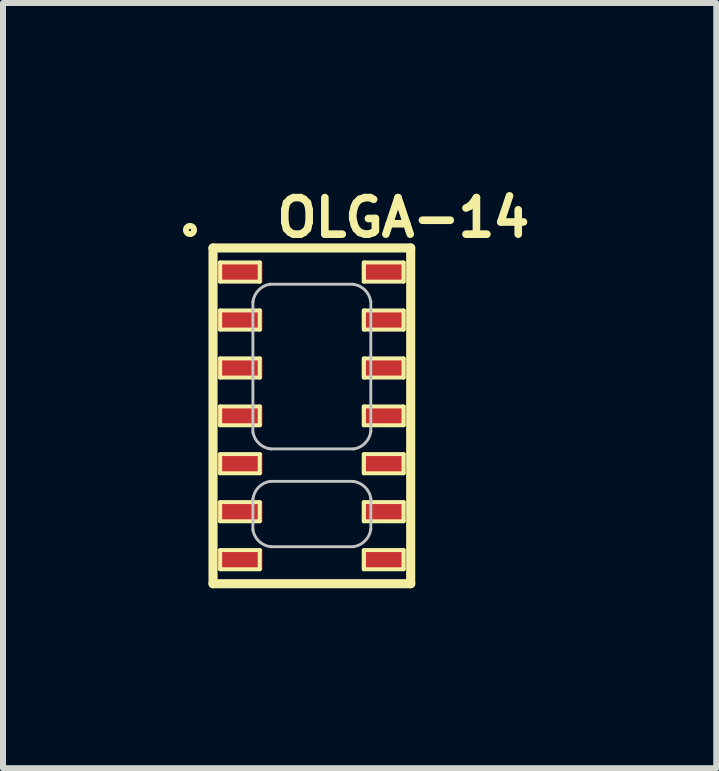
<source format=kicad_pcb>
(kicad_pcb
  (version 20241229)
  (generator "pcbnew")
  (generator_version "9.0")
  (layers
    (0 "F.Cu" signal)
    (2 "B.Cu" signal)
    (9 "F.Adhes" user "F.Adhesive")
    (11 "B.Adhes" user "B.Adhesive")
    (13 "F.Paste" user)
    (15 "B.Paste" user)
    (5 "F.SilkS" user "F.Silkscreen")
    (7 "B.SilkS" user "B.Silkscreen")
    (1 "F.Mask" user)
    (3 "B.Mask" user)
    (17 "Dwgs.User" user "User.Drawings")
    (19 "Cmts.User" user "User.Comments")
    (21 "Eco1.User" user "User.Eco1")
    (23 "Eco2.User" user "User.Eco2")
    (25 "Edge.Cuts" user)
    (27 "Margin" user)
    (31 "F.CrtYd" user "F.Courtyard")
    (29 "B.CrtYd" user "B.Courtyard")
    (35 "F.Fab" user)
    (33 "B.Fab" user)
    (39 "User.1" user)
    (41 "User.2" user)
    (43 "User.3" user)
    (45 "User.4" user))
  (footprint "OLGA-14"
    (layer "F.Cu")
    (at 2.15 3.884)
    (property "Reference" "OLGA-14" (at 1.524 -3.305 0) (layer "F.SilkS") (effects (font (size 0.61 0.61) (thickness 0.127))))
    (attr smd)
    (fp_line (start -1.648 -2.799) (end 1.648 -2.799) (stroke (width 0.152) (type solid)) (layer "F.SilkS"))
    (fp_line (start -1.648 2.799) (end -1.648 -2.799) (stroke (width 0.152) (type solid)) (layer "F.SilkS"))
    (fp_line (start -1.529 -2.558) (end -0.869 -2.558) (stroke (width 0.066) (type solid)) (layer "F.SilkS"))
    (fp_line (start -1.529 -2.238) (end -1.529 -2.558) (stroke (width 0.066) (type solid)) (layer "F.SilkS"))
    (fp_line (start -1.529 -2.238) (end -0.869 -2.238) (stroke (width 0.066) (type solid)) (layer "F.SilkS"))
    (fp_line (start -1.529 -1.758) (end -0.869 -1.758) (stroke (width 0.066) (type solid)) (layer "F.SilkS"))
    (fp_line (start -1.529 -1.438) (end -1.529 -1.758) (stroke (width 0.066) (type solid)) (layer "F.SilkS"))
    (fp_line (start -1.529 -1.438) (end -0.869 -1.438) (stroke (width 0.066) (type solid)) (layer "F.SilkS"))
    (fp_line (start -1.529 -0.958) (end -0.869 -0.958) (stroke (width 0.066) (type solid)) (layer "F.SilkS"))
    (fp_line (start -1.529 -0.638) (end -1.529 -0.958) (stroke (width 0.066) (type solid)) (layer "F.SilkS"))
    (fp_line (start -1.529 -0.638) (end -0.869 -0.638) (stroke (width 0.066) (type solid)) (layer "F.SilkS"))
    (fp_line (start -1.529 -0.157) (end -0.869 -0.157) (stroke (width 0.066) (type solid)) (layer "F.SilkS"))
    (fp_line (start -1.529 0.157) (end -1.529 -0.157) (stroke (width 0.066) (type solid)) (layer "F.SilkS"))
    (fp_line (start -1.529 0.157) (end -0.869 0.157) (stroke (width 0.066) (type solid)) (layer "F.SilkS"))
    (fp_line (start -1.529 0.638) (end -0.869 0.638) (stroke (width 0.066) (type solid)) (layer "F.SilkS"))
    (fp_line (start -1.529 0.958) (end -1.529 0.638) (stroke (width 0.066) (type solid)) (layer "F.SilkS"))
    (fp_line (start -1.529 0.958) (end -0.869 0.958) (stroke (width 0.066) (type solid)) (layer "F.SilkS"))
    (fp_line (start -1.529 1.438) (end -0.869 1.438) (stroke (width 0.066) (type solid)) (layer "F.SilkS"))
    (fp_line (start -1.529 1.758) (end -1.529 1.438) (stroke (width 0.066) (type solid)) (layer "F.SilkS"))
    (fp_line (start -1.529 1.758) (end -0.869 1.758) (stroke (width 0.066) (type solid)) (layer "F.SilkS"))
    (fp_line (start -1.529 2.238) (end -0.869 2.238) (stroke (width 0.066) (type solid)) (layer "F.SilkS"))
    (fp_line (start -1.529 2.558) (end -1.529 2.238) (stroke (width 0.066) (type solid)) (layer "F.SilkS"))
    (fp_line (start -1.529 2.558) (end -0.869 2.558) (stroke (width 0.066) (type solid)) (layer "F.SilkS"))
    (fp_line (start -0.869 -2.238) (end -0.869 -2.558) (stroke (width 0.066) (type solid)) (layer "F.SilkS"))
    (fp_line (start -0.869 -1.438) (end -0.869 -1.758) (stroke (width 0.066) (type solid)) (layer "F.SilkS"))
    (fp_line (start -0.869 -0.638) (end -0.869 -0.958) (stroke (width 0.066) (type solid)) (layer "F.SilkS"))
    (fp_line (start -0.869 0.157) (end -0.869 -0.157) (stroke (width 0.066) (type solid)) (layer "F.SilkS"))
    (fp_line (start -0.869 0.958) (end -0.869 0.638) (stroke (width 0.066) (type solid)) (layer "F.SilkS"))
    (fp_line (start -0.869 1.758) (end -0.869 1.438) (stroke (width 0.066) (type solid)) (layer "F.SilkS"))
    (fp_line (start -0.869 2.558) (end -0.869 2.238) (stroke (width 0.066) (type solid)) (layer "F.SilkS"))
    (fp_line (start 0.869 -2.558) (end 1.529 -2.558) (stroke (width 0.066) (type solid)) (layer "F.SilkS"))
    (fp_line (start 0.869 -2.238) (end 0.869 -2.558) (stroke (width 0.066) (type solid)) (layer "F.SilkS"))
    (fp_line (start 0.869 -2.238) (end 1.529 -2.238) (stroke (width 0.066) (type solid)) (layer "F.SilkS"))
    (fp_line (start 0.869 -1.758) (end 1.529 -1.758) (stroke (width 0.066) (type solid)) (layer "F.SilkS"))
    (fp_line (start 0.869 -1.438) (end 0.869 -1.758) (stroke (width 0.066) (type solid)) (layer "F.SilkS"))
    (fp_line (start 0.869 -1.438) (end 1.529 -1.438) (stroke (width 0.066) (type solid)) (layer "F.SilkS"))
    (fp_line (start 0.869 -0.958) (end 1.529 -0.958) (stroke (width 0.066) (type solid)) (layer "F.SilkS"))
    (fp_line (start 0.869 -0.638) (end 0.869 -0.958) (stroke (width 0.066) (type solid)) (layer "F.SilkS"))
    (fp_line (start 0.869 -0.638) (end 1.529 -0.638) (stroke (width 0.066) (type solid)) (layer "F.SilkS"))
    (fp_line (start 0.869 -0.157) (end 1.529 -0.157) (stroke (width 0.066) (type solid)) (layer "F.SilkS"))
    (fp_line (start 0.869 0.157) (end 0.869 -0.157) (stroke (width 0.066) (type solid)) (layer "F.SilkS"))
    (fp_line (start 0.869 0.157) (end 1.529 0.157) (stroke (width 0.066) (type solid)) (layer "F.SilkS"))
    (fp_line (start 0.869 0.638) (end 1.529 0.638) (stroke (width 0.066) (type solid)) (layer "F.SilkS"))
    (fp_line (start 0.869 0.958) (end 0.869 0.638) (stroke (width 0.066) (type solid)) (layer "F.SilkS"))
    (fp_line (start 0.869 0.958) (end 1.529 0.958) (stroke (width 0.066) (type solid)) (layer "F.SilkS"))
    (fp_line (start 0.869 1.438) (end 1.529 1.438) (stroke (width 0.066) (type solid)) (layer "F.SilkS"))
    (fp_line (start 0.869 1.758) (end 0.869 1.438) (stroke (width 0.066) (type solid)) (layer "F.SilkS"))
    (fp_line (start 0.869 1.758) (end 1.529 1.758) (stroke (width 0.066) (type solid)) (layer "F.SilkS"))
    (fp_line (start 0.869 2.238) (end 1.529 2.238) (stroke (width 0.066) (type solid)) (layer "F.SilkS"))
    (fp_line (start 0.869 2.558) (end 0.869 2.238) (stroke (width 0.066) (type solid)) (layer "F.SilkS"))
    (fp_line (start 0.869 2.558) (end 1.529 2.558) (stroke (width 0.066) (type solid)) (layer "F.SilkS"))
    (fp_line (start 1.529 -2.238) (end 1.529 -2.558) (stroke (width 0.066) (type solid)) (layer "F.SilkS"))
    (fp_line (start 1.529 -1.438) (end 1.529 -1.758) (stroke (width 0.066) (type solid)) (layer "F.SilkS"))
    (fp_line (start 1.529 -0.638) (end 1.529 -0.958) (stroke (width 0.066) (type solid)) (layer "F.SilkS"))
    (fp_line (start 1.529 0.157) (end 1.529 -0.157) (stroke (width 0.066) (type solid)) (layer "F.SilkS"))
    (fp_line (start 1.529 0.958) (end 1.529 0.638) (stroke (width 0.066) (type solid)) (layer "F.SilkS"))
    (fp_line (start 1.529 1.758) (end 1.529 1.438) (stroke (width 0.066) (type solid)) (layer "F.SilkS"))
    (fp_line (start 1.529 2.558) (end 1.529 2.238) (stroke (width 0.066) (type solid)) (layer "F.SilkS"))
    (fp_line (start 1.648 -2.799) (end 1.648 2.799) (stroke (width 0.152) (type solid)) (layer "F.SilkS"))
    (fp_line (start 1.648 2.799) (end -1.648 2.799) (stroke (width 0.152) (type solid)) (layer "F.SilkS"))
    (fp_circle (center -2.032 -3.099) (end -2.08 -3.147) (stroke (width 0.099) (type solid)) (fill no) (layer "F.SilkS"))
    (fp_line (start -0.983 0.269) (end -0.983 -1.9) (stroke (width 0.048) (type solid)) (layer "Dwgs.User"))
    (fp_line (start -0.983 1.9) (end -0.983 1.389) (stroke (width 0.048) (type solid)) (layer "Dwgs.User"))
    (fp_line (start -0.699 -2.195) (end 0.688 -2.195) (stroke (width 0.048) (type solid)) (layer "Dwgs.User"))
    (fp_line (start -0.699 1.092) (end 0.688 1.092) (stroke (width 0.048) (type solid)) (layer "Dwgs.User"))
    (fp_line (start 0.699 0.551) (end -0.688 0.551) (stroke (width 0.048) (type solid)) (layer "Dwgs.User"))
    (fp_line (start 0.699 2.182) (end -0.688 2.182) (stroke (width 0.048) (type solid)) (layer "Dwgs.User"))
    (fp_line (start 0.983 -1.908) (end 0.983 0.259) (stroke (width 0.048) (type solid)) (layer "Dwgs.User"))
    (fp_line (start 0.983 1.379) (end 0.983 1.89) (stroke (width 0.048) (type solid)) (layer "Dwgs.User"))
    (fp_arc (start -0.98298 -1.89992) (mid -0.889083 -2.095415) (end -0.696703 -2.195539) (stroke (width 0.04826) (type solid)) (layer "Dwgs.User"))
    (fp_arc (start -0.98298 1.38938) (mid -0.890606 1.193378) (end -0.699141 1.091934) (stroke (width 0.04826) (type solid)) (layer "Dwgs.User"))
    (fp_arc (start -0.68834 0.55118) (mid -0.882819 0.459314) (end -0.983348 0.269168) (stroke (width 0.04826) (type solid)) (layer "Dwgs.User"))
    (fp_arc (start -0.68834 2.18186) (mid -0.882819 2.089994) (end -0.983348 1.899848) (stroke (width 0.04826) (type solid)) (layer "Dwgs.User"))
    (fp_arc (start 0.68834 -2.19456) (mid 0.882311 -2.10117) (end 0.981521 -1.91011) (stroke (width 0.04826) (type solid)) (layer "Dwgs.User"))
    (fp_arc (start 0.68834 1.0922) (mid 0.883835 1.186097) (end 0.983959 1.378477) (stroke (width 0.04826) (type solid)) (layer "Dwgs.User"))
    (fp_arc (start 0.98298 0.25908) (mid 0.88959 0.453051) (end 0.69853 0.552261) (stroke (width 0.04826) (type solid)) (layer "Dwgs.User"))
    (fp_arc (start 0.98298 1.88976) (mid 0.888067 2.083224) (end 0.696093 2.181114) (stroke (width 0.04826) (type solid)) (layer "Dwgs.User"))
    (pad "1" smd rect (at -1.199 -2.398) (size 0.749 0.348) (layers "F.Cu" "F.Mask" "F.Paste"))
    (pad "2" smd rect (at -1.199 -1.598) (size 0.749 0.348) (layers "F.Cu" "F.Mask" "F.Paste"))
    (pad "3" smd rect (at -1.199 -0.798) (size 0.749 0.348) (layers "F.Cu" "F.Mask" "F.Paste"))
    (pad "4" smd rect (at -1.199 0) (size 0.749 0.348) (layers "F.Cu" "F.Mask" "F.Paste"))
    (pad "5" smd rect (at -1.199 0.798) (size 0.749 0.348) (layers "F.Cu" "F.Mask" "F.Paste"))
    (pad "6" smd rect (at -1.199 1.598) (size 0.749 0.348) (layers "F.Cu" "F.Mask" "F.Paste"))
    (pad "7" smd rect (at -1.199 2.398) (size 0.749 0.348) (layers "F.Cu" "F.Mask" "F.Paste"))
    (pad "8" smd rect (at 1.199 2.398) (size 0.749 0.348) (layers "F.Cu" "F.Mask" "F.Paste"))
    (pad "9" smd rect (at 1.199 1.598) (size 0.749 0.348) (layers "F.Cu" "F.Mask" "F.Paste"))
    (pad "10" smd rect (at 1.199 0.798) (size 0.749 0.348) (layers "F.Cu" "F.Mask" "F.Paste"))
    (pad "11" smd rect (at 1.199 0) (size 0.749 0.348) (layers "F.Cu" "F.Mask" "F.Paste"))
    (pad "12" smd rect (at 1.199 -0.798) (size 0.749 0.348) (layers "F.Cu" "F.Mask" "F.Paste"))
    (pad "13" smd rect (at 1.199 -1.598) (size 0.749 0.348) (layers "F.Cu" "F.Mask" "F.Paste"))
    (pad "14" smd rect (at 1.199 -2.398) (size 0.749 0.348) (layers "F.Cu" "F.Mask" "F.Paste")))
  (gr_rect
    (start -3 -3)
    (end 8.893 9.759)
    (stroke (width 0.1) (type default))
    (fill no)
    (layer "Edge.Cuts")))
</source>
